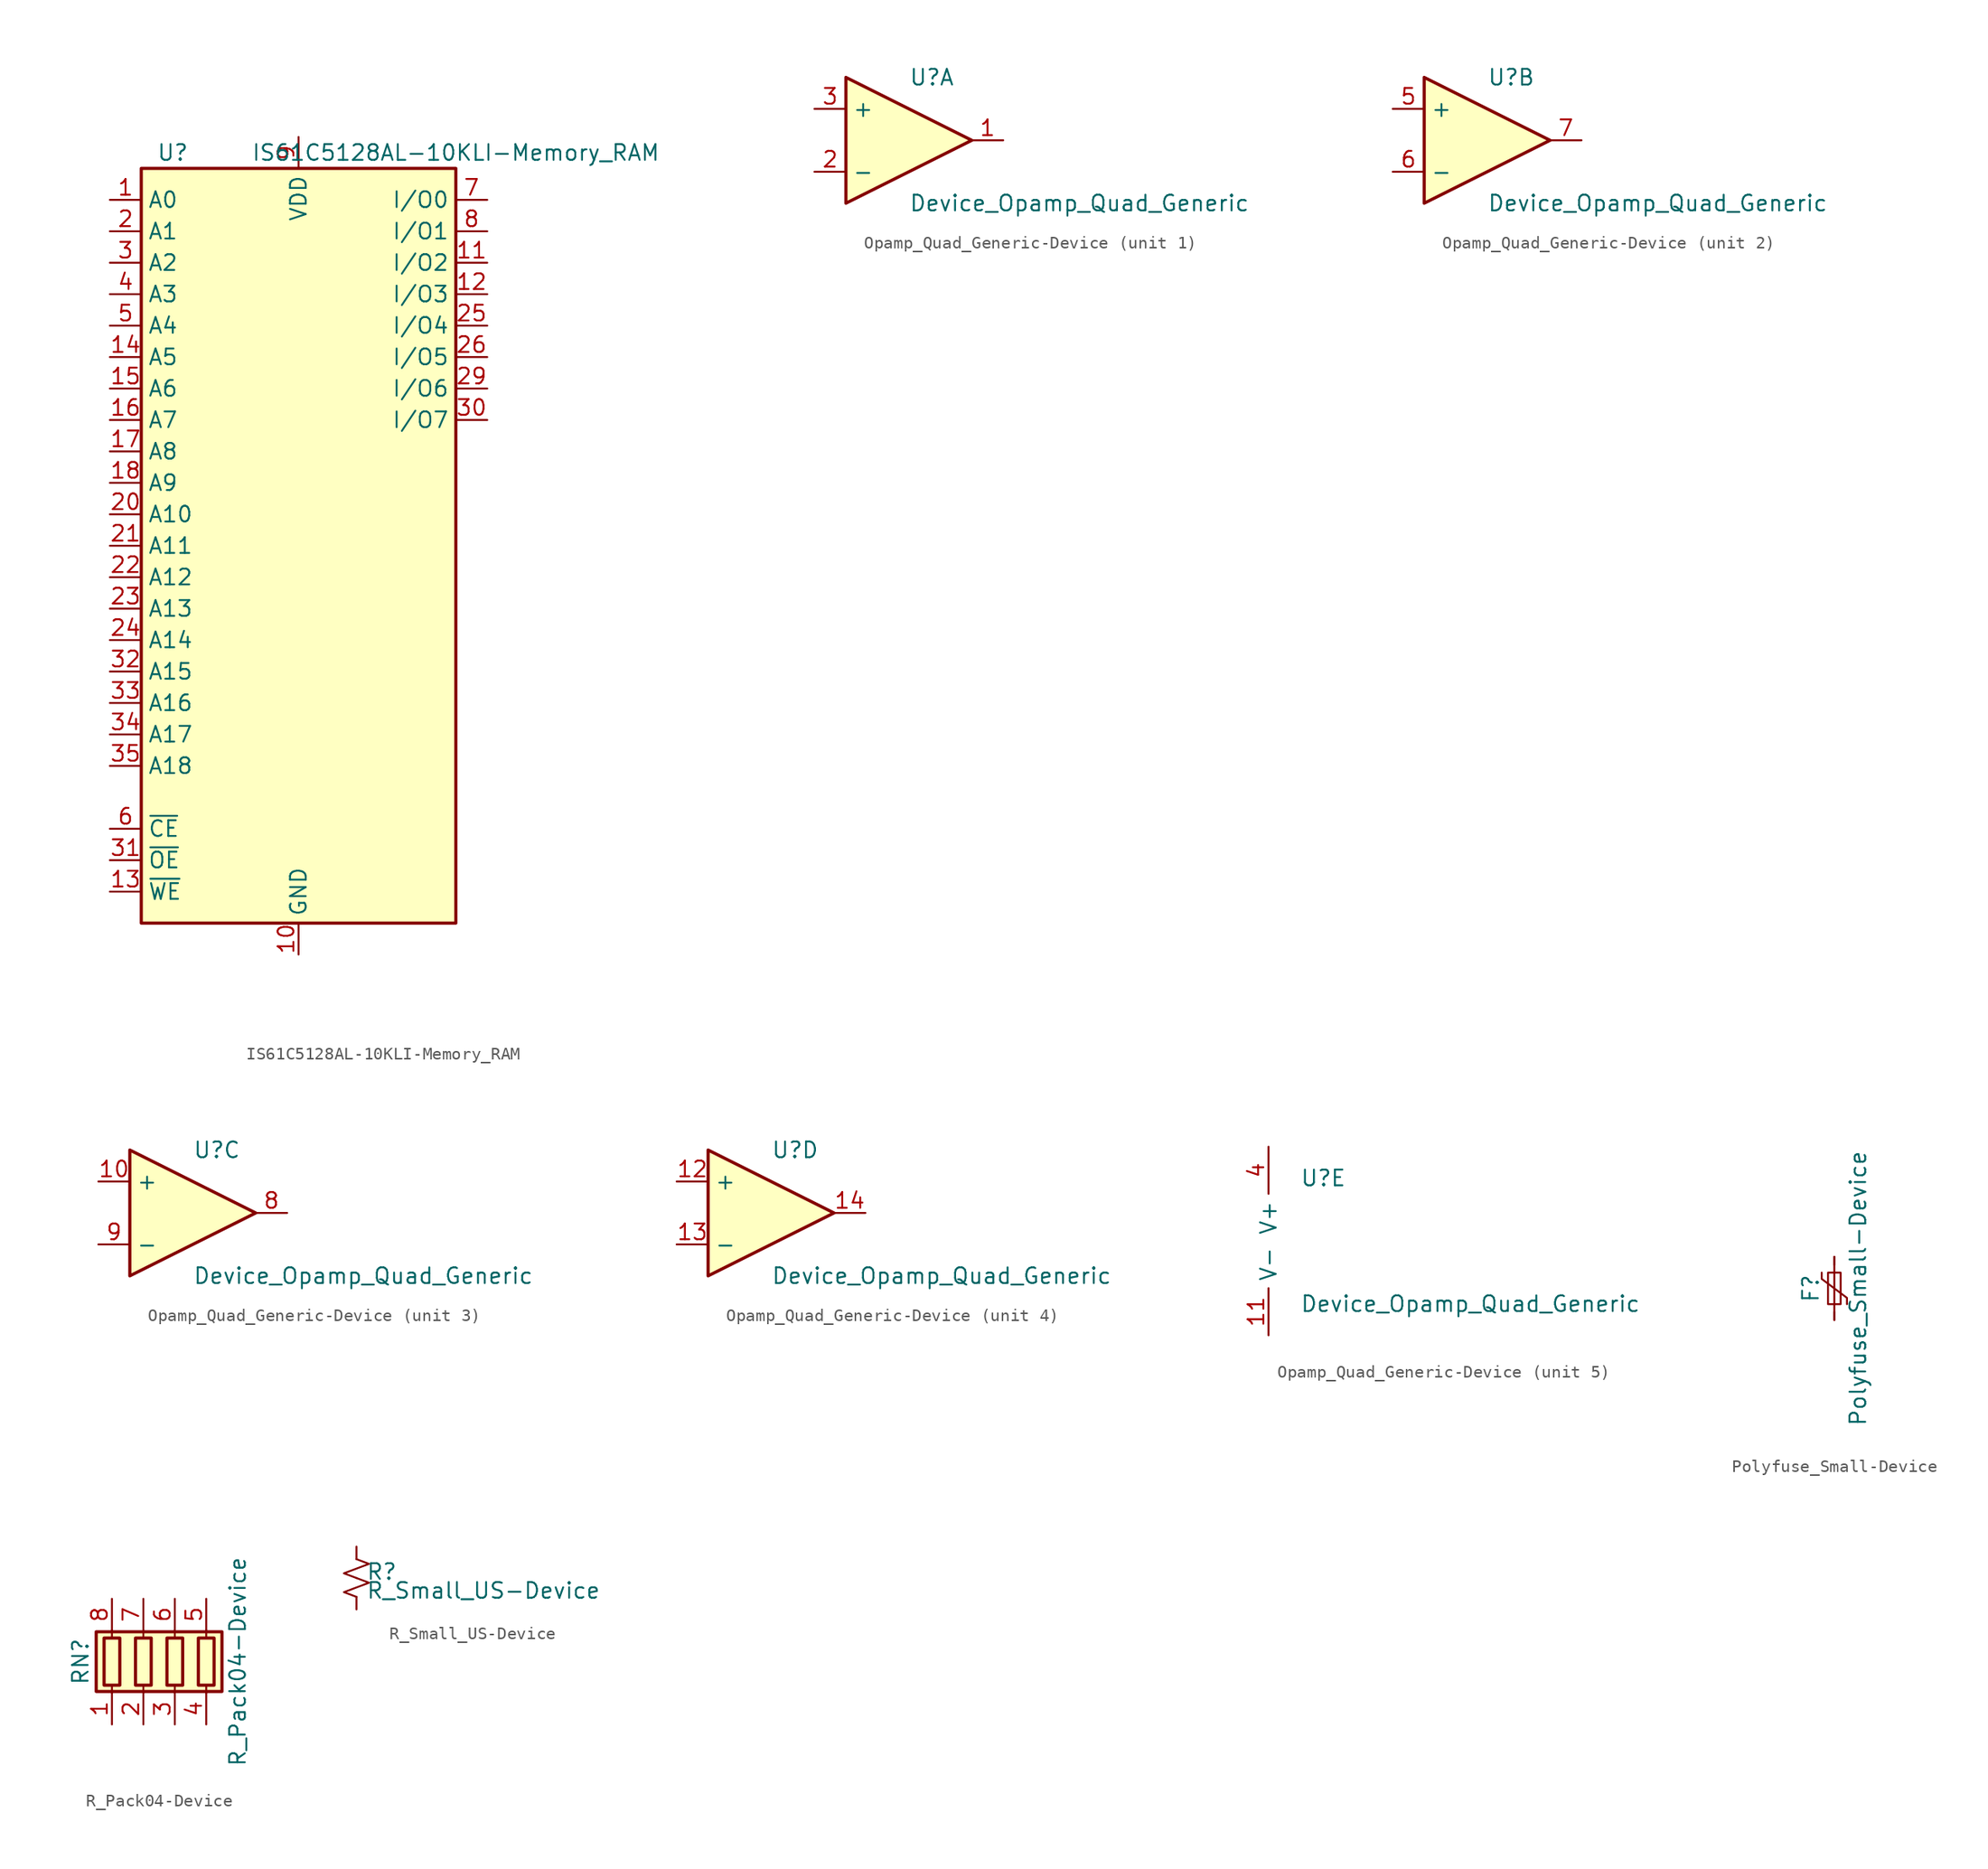
<source format=kicad_sym>
(kicad_symbol_lib
  (version 20220914)
  (generator kicad_symbol_editor)
  (symbol "IS61C5128AL-10KLI-Memory_RAM"
    (property "Reference" "U"
      (at -10.16 31.75 0)
      (effects (font (size 1.27 1.27))))
    (property "Value" "IS61C5128AL-10KLI-Memory_RAM"
      (at 12.7 31.75 0)
      (effects (font (size 1.27 1.27))))
    (symbol "IS61C5128AL-10KLI-Memory_RAM_0_1"
      (rectangle (start -12.7 30.48) (end 12.7 -30.48) (stroke (width 0.254) (type solid)) (fill (type background))))
    (symbol "IS61C5128AL-10KLI-Memory_RAM_1_1"
      (pin input line (at -15.24 27.94 0) (length 2.54) (name "A0" (effects (font (size 1.27 1.27)))) (number "1" (effects (font (size 1.27 1.27)))))
      (pin power_in line (at 0 -33.02 90) (length 2.54) (name "GND" (effects (font (size 1.27 1.27)))) (number "10" (effects (font (size 1.27 1.27)))))
      (pin bidirectional line (at 15.24 22.86 180) (length 2.54) (name "I/O2" (effects (font (size 1.27 1.27)))) (number "11" (effects (font (size 1.27 1.27)))))
      (pin bidirectional line (at 15.24 20.32 180) (length 2.54) (name "I/O3" (effects (font (size 1.27 1.27)))) (number "12" (effects (font (size 1.27 1.27)))))
      (pin input line (at -15.24 -27.94 0) (length 2.54) (name "~{WE}" (effects (font (size 1.27 1.27)))) (number "13" (effects (font (size 1.27 1.27)))))
      (pin input line (at -15.24 15.24 0) (length 2.54) (name "A5" (effects (font (size 1.27 1.27)))) (number "14" (effects (font (size 1.27 1.27)))))
      (pin input line (at -15.24 12.7 0) (length 2.54) (name "A6" (effects (font (size 1.27 1.27)))) (number "15" (effects (font (size 1.27 1.27)))))
      (pin input line (at -15.24 10.16 0) (length 2.54) (name "A7" (effects (font (size 1.27 1.27)))) (number "16" (effects (font (size 1.27 1.27)))))
      (pin input line (at -15.24 7.62 0) (length 2.54) (name "A8" (effects (font (size 1.27 1.27)))) (number "17" (effects (font (size 1.27 1.27)))))
      (pin input line (at -15.24 5.08 0) (length 2.54) (name "A9" (effects (font (size 1.27 1.27)))) (number "18" (effects (font (size 1.27 1.27)))))
      (pin no_connect line (at 12.7 -27.94 180) (length 2.54) hide (name "NC" (effects (font (size 1.27 1.27)))) (number "19" (effects (font (size 1.27 1.27)))))
      (pin input line (at -15.24 25.4 0) (length 2.54) (name "A1" (effects (font (size 1.27 1.27)))) (number "2" (effects (font (size 1.27 1.27)))))
      (pin input line (at -15.24 2.54 0) (length 2.54) (name "A10" (effects (font (size 1.27 1.27)))) (number "20" (effects (font (size 1.27 1.27)))))
      (pin input line (at -15.24 0 0) (length 2.54) (name "A11" (effects (font (size 1.27 1.27)))) (number "21" (effects (font (size 1.27 1.27)))))
      (pin input line (at -15.24 -2.54 0) (length 2.54) (name "A12" (effects (font (size 1.27 1.27)))) (number "22" (effects (font (size 1.27 1.27)))))
      (pin input line (at -15.24 -5.08 0) (length 2.54) (name "A13" (effects (font (size 1.27 1.27)))) (number "23" (effects (font (size 1.27 1.27)))))
      (pin input line (at -15.24 -7.62 0) (length 2.54) (name "A14" (effects (font (size 1.27 1.27)))) (number "24" (effects (font (size 1.27 1.27)))))
      (pin bidirectional line (at 15.24 17.78 180) (length 2.54) (name "I/O4" (effects (font (size 1.27 1.27)))) (number "25" (effects (font (size 1.27 1.27)))))
      (pin bidirectional line (at 15.24 15.24 180) (length 2.54) (name "I/O5" (effects (font (size 1.27 1.27)))) (number "26" (effects (font (size 1.27 1.27)))))
      (pin passive line (at 0 33.02 270) (length 2.54) hide (name "VDD" (effects (font (size 1.27 1.27)))) (number "27" (effects (font (size 1.27 1.27)))))
      (pin passive line (at 0 -33.02 90) (length 2.54) hide (name "GND" (effects (font (size 1.27 1.27)))) (number "28" (effects (font (size 1.27 1.27)))))
      (pin bidirectional line (at 15.24 12.7 180) (length 2.54) (name "I/O6" (effects (font (size 1.27 1.27)))) (number "29" (effects (font (size 1.27 1.27)))))
      (pin input line (at -15.24 22.86 0) (length 2.54) (name "A2" (effects (font (size 1.27 1.27)))) (number "3" (effects (font (size 1.27 1.27)))))
      (pin bidirectional line (at 15.24 10.16 180) (length 2.54) (name "I/O7" (effects (font (size 1.27 1.27)))) (number "30" (effects (font (size 1.27 1.27)))))
      (pin input line (at -15.24 -25.4 0) (length 2.54) (name "~{OE}" (effects (font (size 1.27 1.27)))) (number "31" (effects (font (size 1.27 1.27)))))
      (pin input line (at -15.24 -10.16 0) (length 2.54) (name "A15" (effects (font (size 1.27 1.27)))) (number "32" (effects (font (size 1.27 1.27)))))
      (pin input line (at -15.24 -12.7 0) (length 2.54) (name "A16" (effects (font (size 1.27 1.27)))) (number "33" (effects (font (size 1.27 1.27)))))
      (pin input line (at -15.24 -15.24 0) (length 2.54) (name "A17" (effects (font (size 1.27 1.27)))) (number "34" (effects (font (size 1.27 1.27)))))
      (pin input line (at -15.24 -17.78 0) (length 2.54) (name "A18" (effects (font (size 1.27 1.27)))) (number "35" (effects (font (size 1.27 1.27)))))
      (pin no_connect line (at 12.7 -25.4 180) (length 2.54) hide (name "NC" (effects (font (size 1.27 1.27)))) (number "36" (effects (font (size 1.27 1.27)))))
      (pin input line (at -15.24 20.32 0) (length 2.54) (name "A3" (effects (font (size 1.27 1.27)))) (number "4" (effects (font (size 1.27 1.27)))))
      (pin input line (at -15.24 17.78 0) (length 2.54) (name "A4" (effects (font (size 1.27 1.27)))) (number "5" (effects (font (size 1.27 1.27)))))
      (pin input line (at -15.24 -22.86 0) (length 2.54) (name "~{CE}" (effects (font (size 1.27 1.27)))) (number "6" (effects (font (size 1.27 1.27)))))
      (pin bidirectional line (at 15.24 27.94 180) (length 2.54) (name "I/O0" (effects (font (size 1.27 1.27)))) (number "7" (effects (font (size 1.27 1.27)))))
      (pin bidirectional line (at 15.24 25.4 180) (length 2.54) (name "I/O1" (effects (font (size 1.27 1.27)))) (number "8" (effects (font (size 1.27 1.27)))))
      (pin power_in line (at 0 33.02 270) (length 2.54) (name "VDD" (effects (font (size 1.27 1.27)))) (number "9" (effects (font (size 1.27 1.27)))))))
  (symbol "Opamp_Quad_Generic-Device"
    (property "Reference" "U"
      (at 0 5.08 0)
      (effects (font (size 1.27 1.27)) (justify left)))
    (property "Value" "Device_Opamp_Quad_Generic"
      (at 0 -5.08 0)
      (effects (font (size 1.27 1.27)) (justify left)))
    (property "ki_locked" ""
      (at 0 0 0)
      (effects (font (size 1.27 1.27))))
    (symbol "Opamp_Quad_Generic-Device_1_1"
      (polyline (pts (xy -5.08 5.08) (xy 5.08 0) (xy -5.08 -5.08) (xy -5.08 5.08)) (stroke (width 0.254) (type solid)) (fill (type background)))
      (pin output line (at 7.62 0 180) (length 2.54) (name "~" (effects (font (size 1.27 1.27)))) (number "1" (effects (font (size 1.27 1.27)))))
      (pin input line (at -7.62 -2.54 0) (length 2.54) (name "-" (effects (font (size 1.27 1.27)))) (number "2" (effects (font (size 1.27 1.27)))))
      (pin input line (at -7.62 2.54 0) (length 2.54) (name "+" (effects (font (size 1.27 1.27)))) (number "3" (effects (font (size 1.27 1.27))))))
    (symbol "Opamp_Quad_Generic-Device_2_1"
      (polyline (pts (xy -5.08 5.08) (xy 5.08 0) (xy -5.08 -5.08) (xy -5.08 5.08)) (stroke (width 0.254) (type solid)) (fill (type background)))
      (pin input line (at -7.62 2.54 0) (length 2.54) (name "+" (effects (font (size 1.27 1.27)))) (number "5" (effects (font (size 1.27 1.27)))))
      (pin input line (at -7.62 -2.54 0) (length 2.54) (name "-" (effects (font (size 1.27 1.27)))) (number "6" (effects (font (size 1.27 1.27)))))
      (pin output line (at 7.62 0 180) (length 2.54) (name "~" (effects (font (size 1.27 1.27)))) (number "7" (effects (font (size 1.27 1.27))))))
    (symbol "Opamp_Quad_Generic-Device_3_1"
      (polyline (pts (xy -5.08 5.08) (xy 5.08 0) (xy -5.08 -5.08) (xy -5.08 5.08)) (stroke (width 0.254) (type solid)) (fill (type background)))
      (pin input line (at -7.62 2.54 0) (length 2.54) (name "+" (effects (font (size 1.27 1.27)))) (number "10" (effects (font (size 1.27 1.27)))))
      (pin output line (at 7.62 0 180) (length 2.54) (name "~" (effects (font (size 1.27 1.27)))) (number "8" (effects (font (size 1.27 1.27)))))
      (pin input line (at -7.62 -2.54 0) (length 2.54) (name "-" (effects (font (size 1.27 1.27)))) (number "9" (effects (font (size 1.27 1.27))))))
    (symbol "Opamp_Quad_Generic-Device_4_1"
      (polyline (pts (xy -5.08 5.08) (xy 5.08 0) (xy -5.08 -5.08) (xy -5.08 5.08)) (stroke (width 0.254) (type solid)) (fill (type background)))
      (pin input line (at -7.62 2.54 0) (length 2.54) (name "+" (effects (font (size 1.27 1.27)))) (number "12" (effects (font (size 1.27 1.27)))))
      (pin input line (at -7.62 -2.54 0) (length 2.54) (name "-" (effects (font (size 1.27 1.27)))) (number "13" (effects (font (size 1.27 1.27)))))
      (pin output line (at 7.62 0 180) (length 2.54) (name "~" (effects (font (size 1.27 1.27)))) (number "14" (effects (font (size 1.27 1.27))))))
    (symbol "Opamp_Quad_Generic-Device_5_1"
      (pin power_in line (at -2.54 -7.62 90) (length 3.81) (name "V-" (effects (font (size 1.27 1.27)))) (number "11" (effects (font (size 1.27 1.27)))))
      (pin power_in line (at -2.54 7.62 270) (length 3.81) (name "V+" (effects (font (size 1.27 1.27)))) (number "4" (effects (font (size 1.27 1.27)))))))
  (symbol "Polyfuse_Small-Device"
    (pin_numbers hide)
    (pin_names
      (offset 0))
    (property "Reference" "F"
      (at -1.905 0 90)
      (effects (font (size 1.27 1.27))))
    (property "Value" "Polyfuse_Small-Device"
      (at 1.905 0 90)
      (effects (font (size 1.27 1.27))))
    (symbol "Polyfuse_Small-Device_0_1"
      (rectangle (start -0.508 1.27) (end 0.508 -1.27) (stroke (width 0) (type solid)) (fill (type none)))
      (polyline (pts (xy 0 2.54) (xy 0 -2.54)) (stroke (width 0) (type solid)) (fill (type none)))
      (polyline (pts (xy -1.016 1.27) (xy -1.016 0.762) (xy 1.016 -0.762) (xy 1.016 -1.27)) (stroke (width 0) (type solid)) (fill (type none))))
    (symbol "Polyfuse_Small-Device_1_1"
      (pin passive line (at 0 2.54 270) (length 0.635) (name "~" (effects (font (size 1.27 1.27)))) (number "1" (effects (font (size 1.27 1.27)))))
      (pin passive line (at 0 -2.54 90) (length 0.635) (name "~" (effects (font (size 1.27 1.27)))) (number "2" (effects (font (size 1.27 1.27)))))))
  (symbol "R_Pack04-Device"
    (pin_names
      (offset 0) hide)
    (property "Reference" "RN"
      (at -7.62 0 90)
      (effects (font (size 1.27 1.27))))
    (property "Value" "R_Pack04-Device"
      (at 5.08 0 90)
      (effects (font (size 1.27 1.27))))
    (symbol "R_Pack04-Device_0_1"
      (rectangle (start -6.35 -2.413) (end 3.81 2.413) (stroke (width 0.254) (type solid)) (fill (type background)))
      (rectangle (start -5.715 1.905) (end -4.445 -1.905) (stroke (width 0.254) (type solid)) (fill (type none)))
      (rectangle (start -3.175 1.905) (end -1.905 -1.905) (stroke (width 0.254) (type solid)) (fill (type none)))
      (rectangle (start -0.635 1.905) (end 0.635 -1.905) (stroke (width 0.254) (type solid)) (fill (type none)))
      (polyline (pts (xy -5.08 -2.54) (xy -5.08 -1.905)) (stroke (width 0) (type solid)) (fill (type none)))
      (polyline (pts (xy -5.08 1.905) (xy -5.08 2.54)) (stroke (width 0) (type solid)) (fill (type none)))
      (polyline (pts (xy -2.54 -2.54) (xy -2.54 -1.905)) (stroke (width 0) (type solid)) (fill (type none)))
      (polyline (pts (xy -2.54 1.905) (xy -2.54 2.54)) (stroke (width 0) (type solid)) (fill (type none)))
      (polyline (pts (xy 0 -2.54) (xy 0 -1.905)) (stroke (width 0) (type solid)) (fill (type none)))
      (polyline (pts (xy 0 1.905) (xy 0 2.54)) (stroke (width 0) (type solid)) (fill (type none)))
      (polyline (pts (xy 2.54 -2.54) (xy 2.54 -1.905)) (stroke (width 0) (type solid)) (fill (type none)))
      (polyline (pts (xy 2.54 1.905) (xy 2.54 2.54)) (stroke (width 0) (type solid)) (fill (type none)))
      (rectangle (start 1.905 1.905) (end 3.175 -1.905) (stroke (width 0.254) (type solid)) (fill (type none))))
    (symbol "R_Pack04-Device_1_1"
      (pin passive line (at -5.08 -5.08 90) (length 2.54) (name "R1.1" (effects (font (size 1.27 1.27)))) (number "1" (effects (font (size 1.27 1.27)))))
      (pin passive line (at -2.54 -5.08 90) (length 2.54) (name "R2.1" (effects (font (size 1.27 1.27)))) (number "2" (effects (font (size 1.27 1.27)))))
      (pin passive line (at 0 -5.08 90) (length 2.54) (name "R3.1" (effects (font (size 1.27 1.27)))) (number "3" (effects (font (size 1.27 1.27)))))
      (pin passive line (at 2.54 -5.08 90) (length 2.54) (name "R4.1" (effects (font (size 1.27 1.27)))) (number "4" (effects (font (size 1.27 1.27)))))
      (pin passive line (at 2.54 5.08 270) (length 2.54) (name "R4.2" (effects (font (size 1.27 1.27)))) (number "5" (effects (font (size 1.27 1.27)))))
      (pin passive line (at 0 5.08 270) (length 2.54) (name "R3.2" (effects (font (size 1.27 1.27)))) (number "6" (effects (font (size 1.27 1.27)))))
      (pin passive line (at -2.54 5.08 270) (length 2.54) (name "R2.2" (effects (font (size 1.27 1.27)))) (number "7" (effects (font (size 1.27 1.27)))))
      (pin passive line (at -5.08 5.08 270) (length 2.54) (name "R1.2" (effects (font (size 1.27 1.27)))) (number "8" (effects (font (size 1.27 1.27)))))))
  (symbol "R_Small_US-Device"
    (pin_numbers hide)
    (pin_names
      (offset 0.254) hide)
    (property "Reference" "R"
      (at 0.762 0.508 0)
      (effects (font (size 1.27 1.27)) (justify left)))
    (property "Value" "R_Small_US-Device"
      (at 0.762 -1.016 0)
      (effects (font (size 1.27 1.27)) (justify left)))
    (symbol "R_Small_US-Device_1_1"
      (polyline (pts (xy 0 0) (xy 1.016 -0.381) (xy 0 -0.762) (xy -1.016 -1.143) (xy 0 -1.524)) (stroke (width 0) (type solid)) (fill (type none)))
      (polyline (pts (xy 0 1.524) (xy 1.016 1.143) (xy 0 0.762) (xy -1.016 0.381) (xy 0 0)) (stroke (width 0) (type solid)) (fill (type none)))
      (pin passive line (at 0 2.54 270) (length 1.016) (name "~" (effects (font (size 1.27 1.27)))) (number "1" (effects (font (size 1.27 1.27)))))
      (pin passive line (at 0 -2.54 90) (length 1.016) (name "~" (effects (font (size 1.27 1.27)))) (number "2" (effects (font (size 1.27 1.27))))))))
</source>
